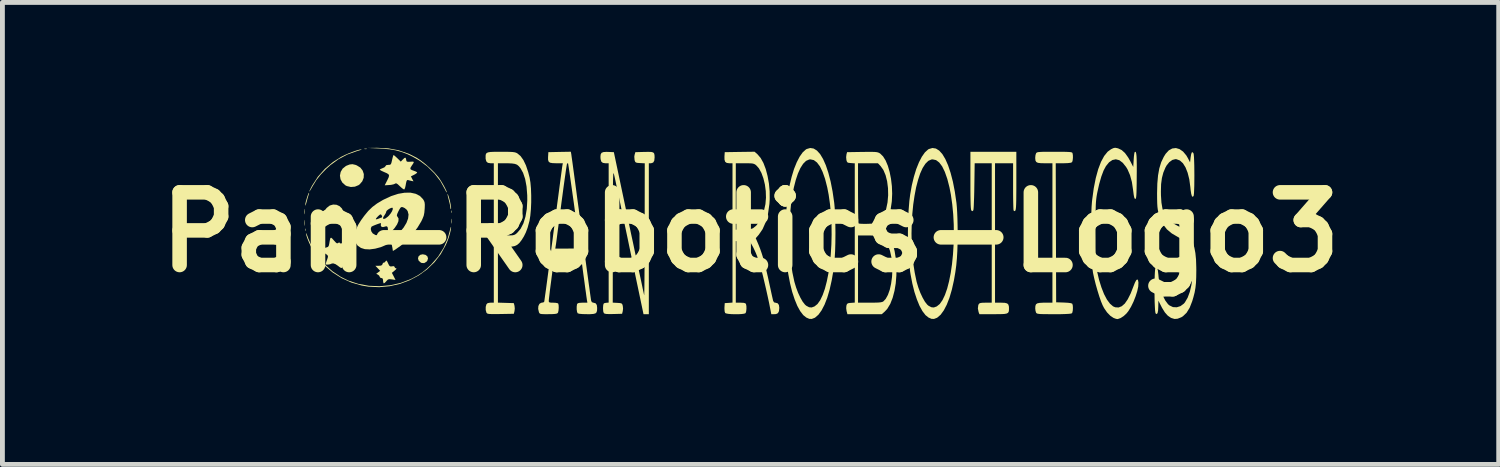
<source format=kicad_pcb>
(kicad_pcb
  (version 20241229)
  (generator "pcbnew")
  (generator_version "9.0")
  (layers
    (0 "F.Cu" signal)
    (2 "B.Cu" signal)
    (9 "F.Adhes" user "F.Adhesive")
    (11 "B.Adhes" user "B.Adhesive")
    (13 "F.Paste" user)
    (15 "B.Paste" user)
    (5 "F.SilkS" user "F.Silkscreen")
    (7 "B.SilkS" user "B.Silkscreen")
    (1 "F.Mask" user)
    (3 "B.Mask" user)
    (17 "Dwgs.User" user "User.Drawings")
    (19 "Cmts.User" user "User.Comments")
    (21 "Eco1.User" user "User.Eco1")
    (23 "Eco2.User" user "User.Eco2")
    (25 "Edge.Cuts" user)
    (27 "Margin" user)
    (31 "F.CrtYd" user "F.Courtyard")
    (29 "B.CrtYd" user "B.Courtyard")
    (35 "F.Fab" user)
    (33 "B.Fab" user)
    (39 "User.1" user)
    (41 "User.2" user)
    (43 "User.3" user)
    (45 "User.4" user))
  (footprint "Pan-Robotics-Logo3"
    (layer "F.Cu")
    (at 12.443 1.742)
    (property "Reference" "Pan-Robotics-Logo3" (at 0 0 0) (layer "F.SilkS") (effects (font (size 1.5 1.5) (thickness 0.3))))
    (attr board_only exclude_from_pos_files exclude_from_bom)
    (fp_poly (pts (xy -9.184 -0.072) (xy -9.181 -0.037) (xy -9.184 -0.03) (xy -9.19 -0.028) (xy -9.192 -0.051) (xy -9.189 -0.075)) (stroke (width 0) (type solid)) (fill yes) (layer "F.SilkS"))
    (fp_poly (pts (xy -6.169 -0.445) (xy -6.167 -0.41) (xy -6.169 -0.402) (xy -6.176 -0.4) (xy -6.178 -0.423) (xy -6.175 -0.447)) (stroke (width 0) (type solid)) (fill yes) (layer "F.SilkS"))
    (fp_poly (pts (xy -9.2 -0.47) (xy -9.197 -0.415) (xy -9.2 -0.377) (xy -9.203 -0.366) (xy -9.206 -0.385) (xy -9.207 -0.423) (xy -9.206 -0.465) (xy -9.203 -0.481)) (stroke (width 0) (type solid)) (fill yes) (layer "F.SilkS"))
    (fp_poly (pts (xy -7.92 -1.721) (xy -7.92 -1.716) (xy -7.946 -1.714) (xy -7.95 -1.714) (xy -7.976 -1.716) (xy -7.974 -1.721) (xy -7.971 -1.722) (xy -7.934 -1.724)) (stroke (width 0) (type solid)) (fill yes) (layer "F.SilkS"))
    (fp_poly (pts (xy -6.169 -0.266) (xy -6.166 -0.216) (xy -6.169 -0.182) (xy -6.173 -0.175) (xy -6.175 -0.197) (xy -6.176 -0.229) (xy -6.175 -0.267) (xy -6.172 -0.278)) (stroke (width 0) (type solid)) (fill yes) (layer "F.SilkS"))
    (fp_poly (pts (xy -9.2 -0.241) (xy -9.199 -0.241) (xy -9.197 -0.186) (xy -9.2 -0.139) (xy -9.203 -0.13) (xy -9.206 -0.15) (xy -9.206 -0.195) (xy -9.205 -0.238) (xy -9.203 -0.255)) (stroke (width 0) (type solid)) (fill yes) (layer "F.SilkS"))
    (fp_poly (pts (xy -6.709 0.469) (xy -6.671 0.5) (xy -6.658 0.542) (xy -6.672 0.589) (xy -6.689 0.61) (xy -6.737 0.639) (xy -6.79 0.636) (xy -6.811 0.625) (xy -6.852 0.587) (xy -6.865 0.542) (xy -6.853 0.499) (xy -6.818 0.468) (xy -6.767 0.457)) (stroke (width 0) (type solid)) (fill yes) (layer "F.SilkS"))
    (fp_poly (pts (xy -9.113 -0.8) (xy -9.118 -0.783) (xy -9.128 -0.753) (xy -9.144 -0.7) (xy -9.161 -0.637) (xy -9.161 -0.635) (xy -9.176 -0.583) (xy -9.188 -0.553) (xy -9.194 -0.549) (xy -9.194 -0.553) (xy -9.19 -0.585) (xy -9.179 -0.634) (xy -9.163 -0.691) (xy -9.146 -0.745) (xy -9.13 -0.789) (xy -9.118 -0.811) (xy -9.116 -0.813)) (stroke (width 0) (type solid)) (fill yes) (layer "F.SilkS"))
    (fp_poly (pts (xy -6.248 -0.78) (xy -6.233 -0.739) (xy -6.224 -0.709) (xy -6.205 -0.641) (xy -6.192 -0.576) (xy -6.183 -0.522) (xy -6.182 -0.485) (xy -6.187 -0.474) (xy -6.195 -0.489) (xy -6.198 -0.513) (xy -6.202 -0.548) (xy -6.214 -0.604) (xy -6.23 -0.668) (xy -6.23 -0.669) (xy -6.247 -0.734) (xy -6.255 -0.776) (xy -6.255 -0.792)) (stroke (width 0) (type solid)) (fill yes) (layer "F.SilkS"))
    (fp_poly (pts (xy -8.546 -0.565) (xy -8.483 -0.536) (xy -8.433 -0.486) (xy -8.404 -0.418) (xy -8.399 -0.369) (xy -8.414 -0.3) (xy -8.454 -0.245) (xy -8.513 -0.206) (xy -8.583 -0.188) (xy -8.658 -0.193) (xy -8.708 -0.213) (xy -8.765 -0.261) (xy -8.797 -0.324) (xy -8.801 -0.395) (xy -8.777 -0.464) (xy -8.75 -0.5) (xy -8.686 -0.55) (xy -8.615 -0.57)) (stroke (width 0) (type solid)) (fill yes) (layer "F.SilkS"))
    (fp_poly (pts (xy -8.156 -1.389) (xy -8.128 -1.378) (xy -8.055 -1.333) (xy -8.007 -1.271) (xy -7.983 -1.199) (xy -7.986 -1.122) (xy -8.015 -1.049) (xy -8.071 -0.985) (xy -8.092 -0.97) (xy -8.167 -0.939) (xy -8.251 -0.932) (xy -8.332 -0.951) (xy -8.36 -0.964) (xy -8.425 -1.021) (xy -8.464 -1.091) (xy -8.476 -1.167) (xy -8.461 -1.243) (xy -8.421 -1.311) (xy -8.355 -1.364) (xy -8.342 -1.371) (xy -8.275 -1.397) (xy -8.218 -1.403)) (stroke (width 0) (type solid)) (fill yes) (layer "F.SilkS"))
    (fp_poly (pts (xy -8.031 -1.704) (xy -8.058 -1.693) (xy -8.106 -1.678) (xy -8.118 -1.675) (xy -8.321 -1.603) (xy -8.504 -1.507) (xy -8.673 -1.383) (xy -8.76 -1.305) (xy -8.872 -1.189) (xy -8.962 -1.075) (xy -9.04 -0.949) (xy -9.053 -0.925) (xy -9.081 -0.876) (xy -9.101 -0.845) (xy -9.11 -0.836) (xy -9.11 -0.837) (xy -9.102 -0.858) (xy -9.082 -0.901) (xy -9.054 -0.955) (xy -9.049 -0.964) (xy -8.932 -1.144) (xy -8.787 -1.307) (xy -8.62 -1.448) (xy -8.45 -1.555) (xy -8.376 -1.592) (xy -8.293 -1.628) (xy -8.209 -1.66) (xy -8.132 -1.687) (xy -8.069 -1.704) (xy -8.032 -1.709)) (stroke (width 0) (type solid)) (fill yes) (layer "F.SilkS"))
    (fp_poly (pts (xy -7.48 -1.73) (xy -7.264 -1.69) (xy -7.058 -1.619) (xy -6.896 -1.538) (xy -6.806 -1.479) (xy -6.707 -1.401) (xy -6.607 -1.312) (xy -6.516 -1.221) (xy -6.442 -1.134) (xy -6.418 -1.101) (xy -6.38 -1.041) (xy -6.342 -0.977) (xy -6.309 -0.916) (xy -6.284 -0.864) (xy -6.27 -0.83) (xy -6.27 -0.819) (xy -6.28 -0.829) (xy -6.298 -0.861) (xy -6.309 -0.884) (xy -6.402 -1.052) (xy -6.524 -1.209) (xy -6.669 -1.353) (xy -6.834 -1.476) (xy -6.976 -1.558) (xy -7.099 -1.616) (xy -7.213 -1.658) (xy -7.327 -1.689) (xy -7.451 -1.71) (xy -7.595 -1.723) (xy -7.662 -1.727) (xy -7.899 -1.738) (xy -7.71 -1.741)) (stroke (width 0) (type solid)) (fill yes) (layer "F.SilkS"))
    (fp_poly (pts (xy -7.511 0.589) (xy -7.496 0.614) (xy -7.482 0.644) (xy -7.461 0.687) (xy -7.441 0.706) (xy -7.415 0.708) (xy -7.4 0.705) (xy -7.363 0.702) (xy -7.349 0.715) (xy -7.349 0.72) (xy -7.335 0.741) (xy -7.319 0.746) (xy -7.307 0.751) (xy -7.321 0.77) (xy -7.347 0.793) (xy -7.404 0.84) (xy -7.366 0.913) (xy -7.329 0.986) (xy -7.405 0.975) (xy -7.454 0.97) (xy -7.484 0.977) (xy -7.51 1.002) (xy -7.522 1.016) (xy -7.55 1.046) (xy -7.571 1.057) (xy -7.574 1.056) (xy -7.583 1.032) (xy -7.586 0.996) (xy -7.592 0.96) (xy -7.614 0.948) (xy -7.62 0.948) (xy -7.647 0.938) (xy -7.654 0.923) (xy -7.667 0.897) (xy -7.69 0.879) (xy -7.727 0.859) (xy -7.686 0.829) (xy -7.646 0.798) (xy -7.695 0.746) (xy -7.745 0.694) (xy -7.676 0.694) (xy -7.63 0.691) (xy -7.606 0.677) (xy -7.597 0.657) (xy -7.586 0.633) (xy -7.576 0.631) (xy -7.559 0.628) (xy -7.539 0.608) (xy -7.523 0.588)) (stroke (width 0) (type solid)) (fill yes) (layer "F.SilkS"))
    (fp_poly (pts (xy -6.182 -0.104) (xy -6.188 -0.047) (xy -6.206 0.031) (xy -6.233 0.121) (xy -6.268 0.213) (xy -6.292 0.268) (xy -6.396 0.455) (xy -6.526 0.623) (xy -6.679 0.77) (xy -6.85 0.894) (xy -7.038 0.994) (xy -7.239 1.069) (xy -7.449 1.116) (xy -7.666 1.136) (xy -7.887 1.125) (xy -8.026 1.102) (xy -8.241 1.04) (xy -8.443 0.949) (xy -8.628 0.831) (xy -8.795 0.689) (xy -8.938 0.524) (xy -8.989 0.452) (xy -9.031 0.381) (xy -9.074 0.3) (xy -9.113 0.215) (xy -9.146 0.136) (xy -9.168 0.07) (xy -9.178 0.025) (xy -9.178 0.022) (xy -9.173 0.023) (xy -9.159 0.05) (xy -9.14 0.1) (xy -9.129 0.131) (xy -9.045 0.322) (xy -8.932 0.501) (xy -8.793 0.664) (xy -8.632 0.806) (xy -8.454 0.925) (xy -8.299 1.001) (xy -8.094 1.068) (xy -7.878 1.107) (xy -7.658 1.116) (xy -7.437 1.096) (xy -7.224 1.048) (xy -7.022 0.972) (xy -6.989 0.956) (xy -6.872 0.893) (xy -6.774 0.828) (xy -6.681 0.753) (xy -6.594 0.67) (xy -6.45 0.505) (xy -6.336 0.323) (xy -6.251 0.128) (xy -6.209 -0.025) (xy -6.197 -0.077) (xy -6.187 -0.106) (xy -6.182 -0.108)) (stroke (width 0) (type solid)) (fill yes) (layer "F.SilkS"))
    (fp_poly (pts (xy 6.394 -1.659) (xy 6.485 -1.658) (xy 6.551 -1.656) (xy 6.596 -1.653) (xy 6.624 -1.648) (xy 6.639 -1.641) (xy 6.645 -1.633) (xy 6.653 -1.59) (xy 6.654 -1.536) (xy 6.649 -1.484) (xy 6.638 -1.448) (xy 6.634 -1.443) (xy 6.606 -1.432) (xy 6.547 -1.425) (xy 6.461 -1.422) (xy 6.457 -1.422) (xy 6.299 -1.422) (xy 6.303 0.013) (xy 6.308 1.448) (xy 6.468 1.453) (xy 6.554 1.458) (xy 6.612 1.466) (xy 6.64 1.477) (xy 6.641 1.478) (xy 6.651 1.512) (xy 6.654 1.563) (xy 6.651 1.617) (xy 6.642 1.659) (xy 6.634 1.673) (xy 6.615 1.681) (xy 6.571 1.686) (xy 6.501 1.69) (xy 6.402 1.693) (xy 6.271 1.693) (xy 6.263 1.693) (xy 6.145 1.693) (xy 6.056 1.692) (xy 5.992 1.691) (xy 5.949 1.687) (xy 5.921 1.682) (xy 5.905 1.675) (xy 5.896 1.665) (xy 5.893 1.661) (xy 5.881 1.62) (xy 5.876 1.575) (xy 5.879 1.524) (xy 5.891 1.49) (xy 5.918 1.47) (xy 5.966 1.46) (xy 6.04 1.456) (xy 6.071 1.456) (xy 6.231 1.456) (xy 6.231 0.017) (xy 6.231 -1.422) (xy 6.071 -1.422) (xy 5.987 -1.424) (xy 5.931 -1.431) (xy 5.898 -1.448) (xy 5.881 -1.477) (xy 5.876 -1.522) (xy 5.876 -1.541) (xy 5.881 -1.59) (xy 5.893 -1.627) (xy 5.901 -1.638) (xy 5.914 -1.646) (xy 5.936 -1.652) (xy 5.972 -1.655) (xy 6.027 -1.658) (xy 6.104 -1.659) (xy 6.208 -1.659) (xy 6.273 -1.659)) (stroke (width 0) (type solid)) (fill yes) (layer "F.SilkS"))
    (fp_poly (pts (xy -8.639 0.128) (xy -8.606 0.165) (xy -8.602 0.17) (xy -8.564 0.211) (xy -8.54 0.23) (xy -8.522 0.229) (xy -8.511 0.222) (xy -8.489 0.209) (xy -8.484 0.22) (xy -8.472 0.232) (xy -8.434 0.231) (xy -8.416 0.229) (xy -8.374 0.223) (xy -8.35 0.224) (xy -8.348 0.225) (xy -8.356 0.244) (xy -8.375 0.281) (xy -8.39 0.307) (xy -8.419 0.361) (xy -8.431 0.392) (xy -8.427 0.405) (xy -8.418 0.406) (xy -8.395 0.413) (xy -8.353 0.429) (xy -8.322 0.442) (xy -8.24 0.479) (xy -8.304 0.511) (xy -8.345 0.538) (xy -8.36 0.562) (xy -8.359 0.566) (xy -8.362 0.582) (xy -8.383 0.58) (xy -8.405 0.58) (xy -8.414 0.598) (xy -8.417 0.637) (xy -8.421 0.702) (xy -8.432 0.735) (xy -8.453 0.74) (xy -8.488 0.718) (xy -8.509 0.701) (xy -8.567 0.661) (xy -8.617 0.644) (xy -8.654 0.651) (xy -8.658 0.654) (xy -8.68 0.663) (xy -8.716 0.669) (xy -8.751 0.67) (xy -8.771 0.665) (xy -8.772 0.663) (xy -8.766 0.642) (xy -8.753 0.6) (xy -8.742 0.57) (xy -8.727 0.525) (xy -8.723 0.496) (xy -8.735 0.474) (xy -8.767 0.45) (xy -8.824 0.418) (xy -8.825 0.417) (xy -8.861 0.396) (xy -8.869 0.384) (xy -8.854 0.373) (xy -8.843 0.368) (xy -8.814 0.35) (xy -8.805 0.338) (xy -8.791 0.327) (xy -8.756 0.316) (xy -8.724 0.305) (xy -8.707 0.282) (xy -8.696 0.236) (xy -8.696 0.234) (xy -8.684 0.164) (xy -8.674 0.125) (xy -8.66 0.114)) (stroke (width 0) (type solid)) (fill yes) (layer "F.SilkS"))
    (fp_poly (pts (xy 5.486 -1.06) (xy 5.486 -0.897) (xy 5.485 -0.764) (xy 5.484 -0.659) (xy 5.482 -0.579) (xy 5.479 -0.52) (xy 5.475 -0.48) (xy 5.47 -0.455) (xy 5.464 -0.443) (xy 5.463 -0.442) (xy 5.441 -0.433) (xy 5.429 -0.45) (xy 5.426 -0.473) (xy 5.424 -0.526) (xy 5.422 -0.603) (xy 5.42 -0.701) (xy 5.419 -0.813) (xy 5.419 -0.937) (xy 5.419 -0.95) (xy 5.419 -1.422) (xy 5.232 -1.422) (xy 5.046 -1.422) (xy 5.046 0.017) (xy 5.046 1.456) (xy 5.173 1.456) (xy 5.248 1.459) (xy 5.296 1.471) (xy 5.322 1.496) (xy 5.333 1.538) (xy 5.334 1.575) (xy 5.333 1.616) (xy 5.327 1.646) (xy 5.312 1.667) (xy 5.283 1.681) (xy 5.236 1.689) (xy 5.167 1.692) (xy 5.069 1.693) (xy 5.011 1.693) (xy 4.724 1.693) (xy 4.707 1.65) (xy 4.692 1.576) (xy 4.7 1.509) (xy 4.708 1.489) (xy 4.722 1.472) (xy 4.747 1.462) (xy 4.79 1.457) (xy 4.852 1.456) (xy 4.978 1.456) (xy 4.978 0.017) (xy 4.978 -1.422) (xy 4.802 -1.422) (xy 4.626 -1.422) (xy 4.619 -0.953) (xy 4.617 -0.828) (xy 4.614 -0.714) (xy 4.61 -0.615) (xy 4.607 -0.536) (xy 4.603 -0.48) (xy 4.599 -0.453) (xy 4.599 -0.453) (xy 4.582 -0.433) (xy 4.562 -0.442) (xy 4.555 -0.453) (xy 4.55 -0.475) (xy 4.546 -0.513) (xy 4.543 -0.568) (xy 4.541 -0.645) (xy 4.539 -0.745) (xy 4.538 -0.873) (xy 4.538 -1.032) (xy 4.538 -1.06) (xy 4.538 -1.659) (xy 5.012 -1.659) (xy 5.486 -1.659)) (stroke (width 0) (type solid)) (fill yes) (layer "F.SilkS"))
    (fp_poly (pts (xy -7.352 -1.581) (xy -7.32 -1.553) (xy -7.289 -1.524) (xy -7.22 -1.456) (xy -7.18 -1.498) (xy -7.144 -1.532) (xy -7.123 -1.537) (xy -7.112 -1.514) (xy -7.109 -1.495) (xy -7.103 -1.467) (xy -7.089 -1.455) (xy -7.056 -1.452) (xy -7.021 -1.454) (xy -6.975 -1.456) (xy -6.953 -1.451) (xy -6.955 -1.432) (xy -6.979 -1.394) (xy -6.996 -1.369) (xy -7.021 -1.327) (xy -7.021 -1.301) (xy -6.993 -1.282) (xy -6.959 -1.27) (xy -6.914 -1.253) (xy -6.886 -1.238) (xy -6.882 -1.234) (xy -6.891 -1.219) (xy -6.922 -1.197) (xy -6.942 -1.186) (xy -7.011 -1.151) (xy -6.985 -1.1) (xy -6.958 -1.049) (xy -7.005 -1.059) (xy -7.047 -1.069) (xy -7.072 -1.076) (xy -7.089 -1.074) (xy -7.101 -1.055) (xy -7.112 -1.011) (xy -7.121 -0.959) (xy -7.132 -0.913) (xy -7.145 -0.885) (xy -7.152 -0.881) (xy -7.174 -0.892) (xy -7.21 -0.921) (xy -7.242 -0.951) (xy -7.284 -0.99) (xy -7.311 -1.007) (xy -7.33 -1.006) (xy -7.339 -1) (xy -7.37 -0.987) (xy -7.422 -0.976) (xy -7.459 -0.973) (xy -7.552 -0.967) (xy -7.499 -1.071) (xy -7.472 -1.128) (xy -7.462 -1.166) (xy -7.472 -1.193) (xy -7.507 -1.216) (xy -7.569 -1.243) (xy -7.58 -1.248) (xy -7.623 -1.268) (xy -7.65 -1.285) (xy -7.654 -1.29) (xy -7.639 -1.302) (xy -7.604 -1.318) (xy -7.595 -1.321) (xy -7.556 -1.339) (xy -7.536 -1.361) (xy -7.535 -1.364) (xy -7.52 -1.383) (xy -7.478 -1.389) (xy -7.447 -1.39) (xy -7.428 -1.4) (xy -7.415 -1.426) (xy -7.403 -1.476) (xy -7.4 -1.49) (xy -7.387 -1.543) (xy -7.376 -1.58) (xy -7.369 -1.592)) (stroke (width 0) (type solid)) (fill yes) (layer "F.SilkS"))
    (fp_poly (pts (xy -5.044 -1.659) (xy -4.966 -1.657) (xy -4.909 -1.654) (xy -4.869 -1.648) (xy -4.841 -1.64) (xy -4.817 -1.628) (xy -4.815 -1.627) (xy -4.748 -1.571) (xy -4.689 -1.488) (xy -4.636 -1.377) (xy -4.589 -1.235) (xy -4.561 -1.126) (xy -4.544 -1.025) (xy -4.533 -0.9) (xy -4.528 -0.76) (xy -4.528 -0.615) (xy -4.534 -0.473) (xy -4.546 -0.343) (xy -4.563 -0.236) (xy -4.569 -0.214) (xy -4.602 -0.092) (xy -4.638 0.005) (xy -4.68 0.09) (xy -4.725 0.162) (xy -4.771 0.222) (xy -4.818 0.263) (xy -4.872 0.288) (xy -4.942 0.301) (xy -5.037 0.305) (xy -5.05 0.305) (xy -5.215 0.305) (xy -5.215 0.88) (xy -5.215 1.455) (xy -5.051 1.46) (xy -4.887 1.465) (xy -4.873 1.52) (xy -4.867 1.577) (xy -4.873 1.63) (xy -4.887 1.685) (xy -5.161 1.69) (xy -5.263 1.691) (xy -5.337 1.691) (xy -5.387 1.689) (xy -5.418 1.685) (xy -5.437 1.678) (xy -5.448 1.668) (xy -5.452 1.661) (xy -5.467 1.607) (xy -5.467 1.543) (xy -5.452 1.489) (xy -5.427 1.465) (xy -5.381 1.457) (xy -5.367 1.456) (xy -5.3 1.456) (xy -5.3 0.017) (xy -5.3 -1.422) (xy -5.215 -1.422) (xy -5.215 -0.677) (xy -5.215 0.068) (xy -5.047 0.068) (xy -4.969 0.067) (xy -4.917 0.065) (xy -4.882 0.058) (xy -4.855 0.045) (xy -4.828 0.024) (xy -4.818 0.015) (xy -4.747 -0.069) (xy -4.689 -0.181) (xy -4.647 -0.318) (xy -4.619 -0.478) (xy -4.609 -0.657) (xy -4.61 -0.76) (xy -4.624 -0.942) (xy -4.653 -1.097) (xy -4.696 -1.225) (xy -4.75 -1.321) (xy -4.785 -1.363) (xy -4.82 -1.392) (xy -4.865 -1.409) (xy -4.925 -1.418) (xy -5.01 -1.422) (xy -5.042 -1.422) (xy -5.215 -1.422) (xy -5.3 -1.422) (xy -5.367 -1.422) (xy -5.423 -1.431) (xy -5.455 -1.461) (xy -5.469 -1.515) (xy -5.469 -1.541) (xy -5.469 -1.582) (xy -5.463 -1.613) (xy -5.447 -1.634) (xy -5.418 -1.647) (xy -5.37 -1.655) (xy -5.3 -1.658) (xy -5.202 -1.659) (xy -5.151 -1.659)) (stroke (width 0) (type solid)) (fill yes) (layer "F.SilkS"))
    (fp_poly (pts (xy 1.302 -1.726) (xy 1.37 -1.684) (xy 1.436 -1.611) (xy 1.497 -1.509) (xy 1.554 -1.38) (xy 1.606 -1.224) (xy 1.653 -1.043) (xy 1.693 -0.838) (xy 1.726 -0.611) (xy 1.729 -0.584) (xy 1.736 -0.506) (xy 1.742 -0.402) (xy 1.747 -0.278) (xy 1.75 -0.142) (xy 1.752 -0.001) (xy 1.752 0.025) (xy 1.75 0.221) (xy 1.745 0.391) (xy 1.736 0.543) (xy 1.723 0.685) (xy 1.704 0.825) (xy 1.679 0.971) (xy 1.674 0.998) (xy 1.632 1.186) (xy 1.583 1.353) (xy 1.527 1.497) (xy 1.466 1.614) (xy 1.401 1.704) (xy 1.333 1.763) (xy 1.32 1.77) (xy 1.264 1.791) (xy 1.213 1.79) (xy 1.153 1.764) (xy 1.152 1.764) (xy 1.088 1.713) (xy 1.025 1.631) (xy 0.965 1.522) (xy 0.91 1.388) (xy 0.859 1.233) (xy 0.816 1.06) (xy 0.78 0.872) (xy 0.771 0.817) (xy 0.75 0.638) (xy 0.735 0.435) (xy 0.727 0.216) (xy 0.725 0.027) (xy 0.799 0.027) (xy 0.803 0.234) (xy 0.815 0.439) (xy 0.835 0.64) (xy 0.864 0.834) (xy 0.903 1.018) (xy 0.906 1.03) (xy 0.94 1.143) (xy 0.981 1.252) (xy 1.028 1.352) (xy 1.076 1.436) (xy 1.123 1.496) (xy 1.15 1.519) (xy 1.208 1.55) (xy 1.26 1.555) (xy 1.318 1.534) (xy 1.32 1.533) (xy 1.381 1.484) (xy 1.438 1.404) (xy 1.489 1.297) (xy 1.535 1.166) (xy 1.574 1.015) (xy 1.608 0.845) (xy 1.635 0.661) (xy 1.655 0.465) (xy 1.668 0.261) (xy 1.673 0.052) (xy 1.671 -0.159) (xy 1.66 -0.369) (xy 1.64 -0.575) (xy 1.612 -0.773) (xy 1.583 -0.923) (xy 1.538 -1.099) (xy 1.487 -1.244) (xy 1.432 -1.357) (xy 1.371 -1.438) (xy 1.306 -1.487) (xy 1.237 -1.502) (xy 1.21 -1.5) (xy 1.145 -1.471) (xy 1.085 -1.411) (xy 1.029 -1.324) (xy 0.978 -1.211) (xy 0.933 -1.077) (xy 0.894 -0.924) (xy 0.862 -0.754) (xy 0.835 -0.572) (xy 0.816 -0.379) (xy 0.804 -0.178) (xy 0.799 0.027) (xy 0.725 0.027) (xy 0.725 -0.01) (xy 0.728 -0.234) (xy 0.739 -0.449) (xy 0.755 -0.645) (xy 0.771 -0.771) (xy 0.805 -0.964) (xy 0.848 -1.142) (xy 0.897 -1.303) (xy 0.953 -1.442) (xy 1.013 -1.558) (xy 1.076 -1.647) (xy 1.141 -1.706) (xy 1.158 -1.716) (xy 1.231 -1.737)) (stroke (width 0) (type solid)) (fill yes) (layer "F.SilkS"))
    (fp_poly (pts (xy 3.825 -1.726) (xy 3.893 -1.684) (xy 3.959 -1.611) (xy 4.02 -1.509) (xy 4.077 -1.38) (xy 4.129 -1.224) (xy 4.176 -1.043) (xy 4.216 -0.838) (xy 4.249 -0.611) (xy 4.252 -0.584) (xy 4.259 -0.506) (xy 4.265 -0.402) (xy 4.27 -0.278) (xy 4.273 -0.142) (xy 4.275 -0.001) (xy 4.275 0.025) (xy 4.273 0.221) (xy 4.268 0.391) (xy 4.259 0.543) (xy 4.246 0.685) (xy 4.227 0.825) (xy 4.202 0.971) (xy 4.197 0.998) (xy 4.155 1.186) (xy 4.106 1.353) (xy 4.05 1.497) (xy 3.989 1.614) (xy 3.924 1.704) (xy 3.856 1.763) (xy 3.843 1.77) (xy 3.787 1.791) (xy 3.736 1.79) (xy 3.676 1.764) (xy 3.675 1.764) (xy 3.611 1.713) (xy 3.548 1.631) (xy 3.488 1.522) (xy 3.433 1.388) (xy 3.382 1.233) (xy 3.339 1.06) (xy 3.303 0.872) (xy 3.294 0.817) (xy 3.273 0.638) (xy 3.258 0.435) (xy 3.25 0.216) (xy 3.248 0.027) (xy 3.322 0.027) (xy 3.326 0.234) (xy 3.338 0.439) (xy 3.358 0.64) (xy 3.388 0.834) (xy 3.426 1.018) (xy 3.429 1.03) (xy 3.463 1.143) (xy 3.504 1.252) (xy 3.551 1.352) (xy 3.599 1.436) (xy 3.646 1.496) (xy 3.673 1.519) (xy 3.732 1.55) (xy 3.783 1.555) (xy 3.841 1.534) (xy 3.843 1.533) (xy 3.904 1.484) (xy 3.961 1.404) (xy 4.012 1.297) (xy 4.058 1.166) (xy 4.097 1.015) (xy 4.131 0.845) (xy 4.158 0.661) (xy 4.178 0.465) (xy 4.191 0.261) (xy 4.196 0.052) (xy 4.194 -0.159) (xy 4.183 -0.369) (xy 4.163 -0.575) (xy 4.135 -0.773) (xy 4.106 -0.923) (xy 4.061 -1.099) (xy 4.01 -1.244) (xy 3.955 -1.357) (xy 3.894 -1.438) (xy 3.829 -1.487) (xy 3.76 -1.502) (xy 3.733 -1.5) (xy 3.668 -1.471) (xy 3.608 -1.411) (xy 3.552 -1.324) (xy 3.501 -1.211) (xy 3.457 -1.077) (xy 3.417 -0.924) (xy 3.385 -0.754) (xy 3.358 -0.572) (xy 3.339 -0.379) (xy 3.327 -0.178) (xy 3.322 0.027) (xy 3.248 0.027) (xy 3.248 -0.01) (xy 3.252 -0.234) (xy 3.262 -0.449) (xy 3.278 -0.645) (xy 3.294 -0.771) (xy 3.328 -0.964) (xy 3.371 -1.142) (xy 3.42 -1.303) (xy 3.476 -1.442) (xy 3.536 -1.558) (xy 3.599 -1.647) (xy 3.664 -1.706) (xy 3.681 -1.716) (xy 3.754 -1.737)) (stroke (width 0) (type solid)) (fill yes) (layer "F.SilkS"))
    (fp_poly (pts (xy -2.047 -1.655) (xy -2.01 -1.645) (xy -1.991 -1.625) (xy -1.983 -1.592) (xy -1.981 -1.542) (xy -1.981 -1.54) (xy -1.988 -1.475) (xy -2.01 -1.437) (xy -2.05 -1.423) (xy -2.061 -1.422) (xy -2.1 -1.422) (xy -2.1 0.135) (xy -2.1 1.693) (xy -2.155 1.693) (xy -2.21 1.693) (xy -2.497 0.326) (xy -2.541 0.112) (xy -2.585 -0.094) (xy -2.626 -0.29) (xy -2.665 -0.474) (xy -2.7 -0.642) (xy -2.732 -0.792) (xy -2.76 -0.922) (xy -2.782 -1.027) (xy -2.799 -1.106) (xy -2.81 -1.156) (xy -2.813 -1.168) (xy -2.818 -1.19) (xy -2.822 -1.207) (xy -2.826 -1.215) (xy -2.83 -1.213) (xy -2.833 -1.199) (xy -2.835 -1.172) (xy -2.837 -1.128) (xy -2.839 -1.067) (xy -2.84 -0.987) (xy -2.841 -0.884) (xy -2.842 -0.758) (xy -2.842 -0.607) (xy -2.843 -0.427) (xy -2.843 -0.219) (xy -2.843 0.021) (xy -2.843 0.08) (xy -2.845 1.455) (xy -2.748 1.46) (xy -2.694 1.464) (xy -2.663 1.472) (xy -2.648 1.489) (xy -2.638 1.52) (xy -2.632 1.577) (xy -2.638 1.63) (xy -2.652 1.685) (xy -2.831 1.69) (xy -2.916 1.691) (xy -2.973 1.689) (xy -3.009 1.683) (xy -3.028 1.672) (xy -3.029 1.67) (xy -3.041 1.637) (xy -3.045 1.583) (xy -3.045 1.555) (xy -3.041 1.503) (xy -3.032 1.475) (xy -3.014 1.464) (xy -2.985 1.459) (xy -2.929 1.454) (xy -2.929 0.016) (xy -2.929 -1.422) (xy -2.997 -1.422) (xy -3.049 -1.43) (xy -3.081 -1.456) (xy -3.096 -1.507) (xy -3.099 -1.555) (xy -3.094 -1.605) (xy -3.076 -1.637) (xy -3.038 -1.653) (xy -2.976 -1.657) (xy -2.936 -1.656) (xy -2.822 -1.651) (xy -2.513 -0.186) (xy -2.467 0.032) (xy -2.422 0.24) (xy -2.381 0.437) (xy -2.342 0.62) (xy -2.307 0.787) (xy -2.275 0.934) (xy -2.248 1.06) (xy -2.227 1.163) (xy -2.21 1.239) (xy -2.2 1.287) (xy -2.196 1.304) (xy -2.195 1.291) (xy -2.194 1.247) (xy -2.192 1.174) (xy -2.191 1.075) (xy -2.19 0.952) (xy -2.189 0.807) (xy -2.188 0.642) (xy -2.188 0.462) (xy -2.187 0.266) (xy -2.187 0.06) (xy -2.186 -0.046) (xy -2.184 -1.421) (xy -2.281 -1.426) (xy -2.336 -1.43) (xy -2.367 -1.438) (xy -2.383 -1.455) (xy -2.394 -1.486) (xy -2.4 -1.559) (xy -2.394 -1.596) (xy -2.378 -1.651) (xy -2.194 -1.656) (xy -2.106 -1.657)) (stroke (width 0) (type solid)) (fill yes) (layer "F.SilkS"))
    (fp_poly (pts (xy 0.144 -1.606) (xy 0.208 -1.531) (xy 0.265 -1.429) (xy 0.313 -1.303) (xy 0.351 -1.159) (xy 0.379 -1.004) (xy 0.394 -0.841) (xy 0.395 -0.677) (xy 0.389 -0.584) (xy 0.361 -0.385) (xy 0.314 -0.21) (xy 0.249 -0.063) (xy 0.167 0.057) (xy 0.165 0.058) (xy 0.107 0.125) (xy 0.164 0.259) (xy 0.197 0.342) (xy 0.228 0.431) (xy 0.259 0.529) (xy 0.29 0.643) (xy 0.323 0.777) (xy 0.36 0.937) (xy 0.381 1.033) (xy 0.404 1.139) (xy 0.425 1.236) (xy 0.443 1.318) (xy 0.457 1.379) (xy 0.465 1.414) (xy 0.466 1.418) (xy 0.486 1.45) (xy 0.513 1.456) (xy 0.559 1.468) (xy 0.585 1.503) (xy 0.593 1.562) (xy 0.586 1.631) (xy 0.565 1.672) (xy 0.526 1.691) (xy 0.493 1.693) (xy 0.428 1.693) (xy 0.407 1.587) (xy 0.382 1.46) (xy 0.352 1.321) (xy 0.32 1.177) (xy 0.287 1.035) (xy 0.255 0.9) (xy 0.224 0.78) (xy 0.197 0.68) (xy 0.176 0.61) (xy 0.145 0.521) (xy 0.108 0.429) (xy 0.071 0.348) (xy 0.054 0.313) (xy -0.011 0.195) (xy -0.158 0.19) (xy -0.305 0.185) (xy -0.305 0.821) (xy -0.305 1.456) (xy -0.205 1.456) (xy -0.144 1.459) (xy -0.109 1.468) (xy -0.095 1.483) (xy -0.086 1.526) (xy -0.085 1.58) (xy -0.09 1.632) (xy -0.101 1.668) (xy -0.105 1.673) (xy -0.132 1.683) (xy -0.184 1.69) (xy -0.252 1.694) (xy -0.327 1.694) (xy -0.4 1.692) (xy -0.464 1.686) (xy -0.508 1.677) (xy -0.524 1.669) (xy -0.535 1.638) (xy -0.539 1.585) (xy -0.539 1.555) (xy -0.533 1.465) (xy -0.453 1.46) (xy -0.373 1.454) (xy -0.373 0.016) (xy -0.373 -1.422) (xy -0.305 -1.422) (xy -0.305 -0.737) (xy -0.305 -0.051) (xy -0.156 -0.051) (xy -0.07 -0.053) (xy -0.009 -0.061) (xy 0.038 -0.076) (xy 0.051 -0.082) (xy 0.117 -0.135) (xy 0.179 -0.216) (xy 0.233 -0.32) (xy 0.276 -0.441) (xy 0.306 -0.574) (xy 0.307 -0.58) (xy 0.318 -0.711) (xy 0.314 -0.847) (xy 0.296 -0.983) (xy 0.265 -1.11) (xy 0.224 -1.223) (xy 0.173 -1.316) (xy 0.118 -1.378) (xy 0.093 -1.398) (xy 0.067 -1.41) (xy 0.034 -1.418) (xy -0.015 -1.421) (xy -0.087 -1.422) (xy -0.12 -1.422) (xy -0.305 -1.422) (xy -0.373 -1.422) (xy -0.438 -1.422) (xy -0.492 -1.429) (xy -0.524 -1.452) (xy -0.538 -1.496) (xy -0.539 -1.561) (xy -0.533 -1.651) (xy -0.225 -1.656) (xy 0.083 -1.66)) (stroke (width 0) (type solid)) (fill yes) (layer "F.SilkS"))
    (fp_poly (pts (xy 2.557 -1.656) (xy 2.599 -1.652) (xy 2.628 -1.646) (xy 2.651 -1.637) (xy 2.673 -1.624) (xy 2.677 -1.621) (xy 2.735 -1.564) (xy 2.788 -1.479) (xy 2.834 -1.369) (xy 2.871 -1.241) (xy 2.899 -1.1) (xy 2.917 -0.949) (xy 2.923 -0.795) (xy 2.916 -0.642) (xy 2.913 -0.616) (xy 2.889 -0.457) (xy 2.854 -0.312) (xy 2.81 -0.187) (xy 2.792 -0.148) (xy 2.76 -0.085) (xy 2.822 0.001) (xy 2.886 0.112) (xy 2.937 0.244) (xy 2.974 0.393) (xy 2.999 0.554) (xy 3.011 0.721) (xy 3.01 0.889) (xy 2.997 1.055) (xy 2.971 1.211) (xy 2.933 1.355) (xy 2.884 1.48) (xy 2.822 1.583) (xy 2.769 1.64) (xy 2.708 1.693) (xy 2.354 1.693) (xy 1.999 1.693) (xy 1.982 1.63) (xy 1.974 1.571) (xy 1.978 1.517) (xy 1.979 1.515) (xy 1.99 1.484) (xy 2.011 1.468) (xy 2.051 1.461) (xy 2.071 1.46) (xy 2.151 1.454) (xy 2.151 0.068) (xy 2.218 0.068) (xy 2.218 0.762) (xy 2.218 1.456) (xy 2.46 1.456) (xy 2.562 1.455) (xy 2.636 1.453) (xy 2.686 1.448) (xy 2.72 1.44) (xy 2.74 1.43) (xy 2.79 1.377) (xy 2.835 1.295) (xy 2.873 1.189) (xy 2.901 1.063) (xy 2.92 0.924) (xy 2.924 0.855) (xy 2.925 0.684) (xy 2.909 0.526) (xy 2.878 0.386) (xy 2.834 0.269) (xy 2.777 0.178) (xy 2.763 0.163) (xy 2.722 0.124) (xy 2.676 0.098) (xy 2.619 0.08) (xy 2.544 0.071) (xy 2.444 0.068) (xy 2.414 0.068) (xy 2.218 0.068) (xy 2.151 0.068) (xy 2.151 0.017) (xy 2.151 -1.421) (xy 2.122 -1.422) (xy 2.218 -1.422) (xy 2.218 -0.807) (xy 2.219 -0.666) (xy 2.22 -0.535) (xy 2.221 -0.42) (xy 2.223 -0.322) (xy 2.225 -0.247) (xy 2.228 -0.198) (xy 2.231 -0.179) (xy 2.252 -0.175) (xy 2.3 -0.172) (xy 2.365 -0.171) (xy 2.421 -0.172) (xy 2.507 -0.176) (xy 2.566 -0.182) (xy 2.606 -0.191) (xy 2.635 -0.206) (xy 2.644 -0.212) (xy 2.711 -0.279) (xy 2.763 -0.373) (xy 2.797 -0.47) (xy 2.827 -0.613) (xy 2.84 -0.761) (xy 2.837 -0.908) (xy 2.819 -1.049) (xy 2.787 -1.176) (xy 2.741 -1.284) (xy 2.685 -1.363) (xy 2.629 -1.422) (xy 2.424 -1.422) (xy 2.218 -1.422) (xy 2.122 -1.422) (xy 2.071 -1.426) (xy 2.022 -1.431) (xy 1.997 -1.442) (xy 1.984 -1.467) (xy 1.978 -1.492) (xy 1.973 -1.548) (xy 1.979 -1.6) (xy 1.979 -1.602) (xy 1.992 -1.651) (xy 2.305 -1.656) (xy 2.416 -1.657) (xy 2.498 -1.657)) (stroke (width 0) (type solid)) (fill yes) (layer "F.SilkS"))
    (fp_poly (pts (xy 7.564 -1.735) (xy 7.588 -1.729) (xy 7.661 -1.694) (xy 7.728 -1.634) (xy 7.793 -1.544) (xy 7.837 -1.467) (xy 7.899 -1.346) (xy 7.908 -1.493) (xy 7.913 -1.561) (xy 7.92 -1.616) (xy 7.927 -1.648) (xy 7.93 -1.653) (xy 7.943 -1.66) (xy 7.953 -1.65) (xy 7.961 -1.62) (xy 7.967 -1.568) (xy 7.97 -1.492) (xy 7.972 -1.389) (xy 7.972 -1.256) (xy 7.971 -1.151) (xy 7.97 -1.012) (xy 7.968 -0.903) (xy 7.966 -0.82) (xy 7.963 -0.761) (xy 7.959 -0.722) (xy 7.954 -0.698) (xy 7.947 -0.688) (xy 7.942 -0.686) (xy 7.929 -0.693) (xy 7.919 -0.719) (xy 7.909 -0.769) (xy 7.899 -0.846) (xy 7.896 -0.869) (xy 7.871 -1.036) (xy 7.833 -1.176) (xy 7.782 -1.294) (xy 7.751 -1.346) (xy 7.682 -1.432) (xy 7.612 -1.485) (xy 7.54 -1.504) (xy 7.469 -1.489) (xy 7.4 -1.442) (xy 7.335 -1.362) (xy 7.286 -1.27) (xy 7.24 -1.147) (xy 7.196 -0.992) (xy 7.159 -0.827) (xy 7.149 -0.776) (xy 7.141 -0.728) (xy 7.135 -0.68) (xy 7.13 -0.627) (xy 7.126 -0.565) (xy 7.124 -0.49) (xy 7.122 -0.398) (xy 7.121 -0.284) (xy 7.121 -0.144) (xy 7.12 0.008) (xy 7.121 0.18) (xy 7.121 0.321) (xy 7.123 0.437) (xy 7.125 0.53) (xy 7.128 0.606) (xy 7.132 0.667) (xy 7.137 0.719) (xy 7.144 0.765) (xy 7.151 0.802) (xy 7.193 0.983) (xy 7.243 1.143) (xy 7.297 1.28) (xy 7.356 1.392) (xy 7.419 1.477) (xy 7.483 1.532) (xy 7.528 1.551) (xy 7.597 1.555) (xy 7.662 1.529) (xy 7.725 1.474) (xy 7.785 1.387) (xy 7.845 1.268) (xy 7.9 1.128) (xy 7.933 1.044) (xy 7.96 0.993) (xy 7.981 0.975) (xy 7.997 0.99) (xy 8.006 1.038) (xy 8.006 1.048) (xy 8.002 1.125) (xy 7.981 1.221) (xy 7.947 1.327) (xy 7.904 1.436) (xy 7.854 1.539) (xy 7.801 1.626) (xy 7.762 1.676) (xy 7.702 1.732) (xy 7.639 1.773) (xy 7.582 1.793) (xy 7.566 1.794) (xy 7.536 1.787) (xy 7.494 1.771) (xy 7.493 1.771) (xy 7.426 1.726) (xy 7.358 1.656) (xy 7.297 1.567) (xy 7.266 1.507) (xy 7.233 1.427) (xy 7.197 1.323) (xy 7.16 1.203) (xy 7.124 1.076) (xy 7.093 0.951) (xy 7.068 0.837) (xy 7.068 0.836) (xy 7.058 0.761) (xy 7.049 0.657) (xy 7.041 0.531) (xy 7.036 0.388) (xy 7.031 0.234) (xy 7.029 0.073) (xy 7.029 -0.088) (xy 7.03 -0.245) (xy 7.034 -0.39) (xy 7.039 -0.519) (xy 7.047 -0.627) (xy 7.051 -0.664) (xy 7.084 -0.906) (xy 7.126 -1.118) (xy 7.176 -1.3) (xy 7.234 -1.452) (xy 7.299 -1.572) (xy 7.371 -1.661) (xy 7.44 -1.711) (xy 7.488 -1.734) (xy 7.524 -1.742)) (stroke (width 0) (type solid)) (fill yes) (layer "F.SilkS"))
    (fp_poly (pts (xy 8.855 -1.714) (xy 8.928 -1.663) (xy 8.995 -1.583) (xy 9.028 -1.526) (xy 9.072 -1.441) (xy 9.083 -1.541) (xy 9.095 -1.611) (xy 9.109 -1.647) (xy 9.127 -1.649) (xy 9.143 -1.627) (xy 9.148 -1.601) (xy 9.153 -1.546) (xy 9.156 -1.47) (xy 9.159 -1.377) (xy 9.16 -1.274) (xy 9.161 -1.166) (xy 9.16 -1.059) (xy 9.159 -0.959) (xy 9.156 -0.872) (xy 9.153 -0.803) (xy 9.148 -0.759) (xy 9.144 -0.745) (xy 9.126 -0.729) (xy 9.11 -0.743) (xy 9.096 -0.789) (xy 9.084 -0.867) (xy 9.077 -0.935) (xy 9.056 -1.091) (xy 9.022 -1.226) (xy 8.978 -1.337) (xy 8.925 -1.422) (xy 8.862 -1.479) (xy 8.793 -1.505) (xy 8.77 -1.507) (xy 8.707 -1.491) (xy 8.644 -1.446) (xy 8.588 -1.377) (xy 8.564 -1.334) (xy 8.52 -1.229) (xy 8.491 -1.118) (xy 8.474 -0.991) (xy 8.47 -0.843) (xy 8.471 -0.762) (xy 8.481 -0.61) (xy 8.502 -0.486) (xy 8.536 -0.385) (xy 8.586 -0.302) (xy 8.655 -0.232) (xy 8.744 -0.17) (xy 8.793 -0.143) (xy 8.892 -0.088) (xy 8.966 -0.038) (xy 9.021 0.013) (xy 9.063 0.07) (xy 9.092 0.124) (xy 9.132 0.22) (xy 9.161 0.321) (xy 9.182 0.433) (xy 9.195 0.564) (xy 9.2 0.719) (xy 9.201 0.787) (xy 9.199 0.93) (xy 9.194 1.048) (xy 9.183 1.15) (xy 9.166 1.246) (xy 9.141 1.343) (xy 9.117 1.424) (xy 9.064 1.56) (xy 9 1.664) (xy 8.925 1.736) (xy 8.891 1.757) (xy 8.815 1.787) (xy 8.751 1.792) (xy 8.685 1.772) (xy 8.673 1.766) (xy 8.612 1.724) (xy 8.553 1.658) (xy 8.494 1.563) (xy 8.472 1.52) (xy 8.418 1.414) (xy 8.416 1.532) (xy 8.412 1.618) (xy 8.401 1.671) (xy 8.383 1.691) (xy 8.362 1.68) (xy 8.355 1.656) (xy 8.349 1.605) (xy 8.345 1.53) (xy 8.341 1.438) (xy 8.339 1.335) (xy 8.338 1.224) (xy 8.338 1.113) (xy 8.34 1.006) (xy 8.342 0.909) (xy 8.346 0.827) (xy 8.351 0.767) (xy 8.357 0.732) (xy 8.359 0.727) (xy 8.379 0.72) (xy 8.395 0.742) (xy 8.408 0.794) (xy 8.418 0.879) (xy 8.422 0.925) (xy 8.439 1.063) (xy 8.469 1.194) (xy 8.51 1.312) (xy 8.561 1.412) (xy 8.617 1.487) (xy 8.646 1.512) (xy 8.719 1.547) (xy 8.797 1.551) (xy 8.874 1.527) (xy 8.943 1.476) (xy 8.965 1.45) (xy 9.022 1.353) (xy 9.067 1.231) (xy 9.1 1.091) (xy 9.12 0.939) (xy 9.126 0.783) (xy 9.119 0.628) (xy 9.097 0.483) (xy 9.06 0.353) (xy 9.044 0.314) (xy 9.001 0.238) (xy 8.94 0.175) (xy 8.856 0.119) (xy 8.822 0.101) (xy 8.694 0.026) (xy 8.594 -0.058) (xy 8.518 -0.155) (xy 8.46 -0.272) (xy 8.43 -0.364) (xy 8.415 -0.419) (xy 8.405 -0.47) (xy 8.398 -0.527) (xy 8.394 -0.595) (xy 8.392 -0.682) (xy 8.391 -0.795) (xy 8.391 -0.804) (xy 8.396 -1.002) (xy 8.411 -1.171) (xy 8.437 -1.316) (xy 8.476 -1.443) (xy 8.529 -1.554) (xy 8.568 -1.617) (xy 8.633 -1.688) (xy 8.704 -1.727) (xy 8.78 -1.736)) (stroke (width 0) (type solid)) (fill yes) (layer "F.SilkS"))
    (fp_poly (pts (xy -6.913 -0.792) (xy -6.825 -0.747) (xy -6.759 -0.678) (xy -6.759 -0.677) (xy -6.739 -0.643) (xy -6.728 -0.609) (xy -6.724 -0.565) (xy -6.726 -0.5) (xy -6.727 -0.483) (xy -6.734 -0.402) (xy -6.747 -0.337) (xy -6.773 -0.273) (xy -6.795 -0.226) (xy -6.874 -0.095) (xy -6.975 0.038) (xy -7.091 0.164) (xy -7.213 0.274) (xy -7.33 0.357) (xy -7.383 0.389) (xy -7.393 0.324) (xy -7.405 0.265) (xy -7.421 0.236) (xy -7.449 0.232) (xy -7.496 0.251) (xy -7.512 0.259) (xy -7.63 0.309) (xy -7.749 0.341) (xy -7.862 0.356) (xy -7.962 0.351) (xy -8.042 0.326) (xy -8.109 0.28) (xy -8.15 0.222) (xy -8.168 0.144) (xy -8.17 0.096) (xy -8.162 0.015) (xy -8.14 -0.066) (xy -8.139 -0.067) (xy -7.84 -0.067) (xy -7.828 -0.016) (xy -7.799 0.026) (xy -7.742 0.06) (xy -7.669 0.066) (xy -7.665 0.065) (xy -7.458 0.065) (xy -7.452 0.099) (xy -7.449 0.107) (xy -7.432 0.17) (xy -7.386 0.138) (xy -7.353 0.11) (xy -7.305 0.066) (xy -7.254 0.014) (xy -7.245 0.005) (xy -7.162 -0.094) (xy -7.103 -0.191) (xy -7.069 -0.282) (xy -7.06 -0.364) (xy -7.078 -0.434) (xy -7.099 -0.464) (xy -7.139 -0.497) (xy -7.18 -0.516) (xy -7.205 -0.518) (xy -7.225 -0.506) (xy -7.246 -0.474) (xy -7.268 -0.433) (xy -7.292 -0.381) (xy -7.301 -0.349) (xy -7.297 -0.329) (xy -7.289 -0.321) (xy -7.266 -0.281) (xy -7.269 -0.226) (xy -7.297 -0.159) (xy -7.348 -0.084) (xy -7.393 -0.034) (xy -7.433 0.009) (xy -7.453 0.039) (xy -7.458 0.065) (xy -7.665 0.065) (xy -7.583 0.045) (xy -7.556 0.034) (xy -7.51 0.009) (xy -7.488 -0.017) (xy -7.485 -0.04) (xy -7.489 -0.095) (xy -7.505 -0.12) (xy -7.535 -0.119) (xy -7.544 -0.115) (xy -7.59 -0.104) (xy -7.622 -0.114) (xy -7.634 -0.142) (xy -7.632 -0.153) (xy -7.628 -0.18) (xy -7.632 -0.186) (xy -7.66 -0.18) (xy -7.704 -0.165) (xy -7.754 -0.146) (xy -7.799 -0.127) (xy -7.825 -0.112) (xy -7.827 -0.11) (xy -7.84 -0.067) (xy -8.139 -0.067) (xy -8.099 -0.153) (xy -8.037 -0.251) (xy -8.024 -0.268) (xy -7.736 -0.268) (xy -7.718 -0.265) (xy -7.677 -0.279) (xy -7.673 -0.281) (xy -7.586 -0.281) (xy -7.57 -0.272) (xy -7.537 -0.283) (xy -7.492 -0.316) (xy -7.47 -0.336) (xy -7.431 -0.383) (xy -7.401 -0.431) (xy -7.385 -0.474) (xy -7.387 -0.5) (xy -7.388 -0.502) (xy -7.41 -0.503) (xy -7.445 -0.489) (xy -7.483 -0.466) (xy -7.511 -0.442) (xy -7.519 -0.427) (xy -7.529 -0.394) (xy -7.552 -0.356) (xy -7.582 -0.309) (xy -7.586 -0.281) (xy -7.673 -0.281) (xy -7.637 -0.295) (xy -7.612 -0.304) (xy -7.609 -0.305) (xy -7.604 -0.317) (xy -7.614 -0.346) (xy -7.619 -0.355) (xy -7.634 -0.368) (xy -7.654 -0.36) (xy -7.687 -0.331) (xy -7.725 -0.29) (xy -7.736 -0.268) (xy -8.024 -0.268) (xy -7.975 -0.336) (xy -7.892 -0.437) (xy -7.806 -0.52) (xy -7.71 -0.592) (xy -7.591 -0.663) (xy -7.569 -0.674) (xy -7.419 -0.744) (xy -7.275 -0.791) (xy -7.141 -0.814) (xy -7.019 -0.815)) (stroke (width 0) (type solid)) (fill yes) (layer "F.SilkS"))
    (fp_poly (pts (xy -3.7 -1.605) (xy -3.697 -1.58) (xy -3.689 -1.524) (xy -3.677 -1.44) (xy -3.662 -1.329) (xy -3.644 -1.196) (xy -3.623 -1.041) (xy -3.6 -0.868) (xy -3.575 -0.679) (xy -3.547 -0.477) (xy -3.519 -0.264) (xy -3.496 -0.093) (xy -3.467 0.126) (xy -3.439 0.336) (xy -3.412 0.535) (xy -3.387 0.72) (xy -3.364 0.888) (xy -3.344 1.037) (xy -3.326 1.165) (xy -3.312 1.269) (xy -3.301 1.346) (xy -3.294 1.394) (xy -3.292 1.41) (xy -3.276 1.446) (xy -3.245 1.456) (xy -3.199 1.468) (xy -3.174 1.504) (xy -3.167 1.562) (xy -3.169 1.617) (xy -3.179 1.654) (xy -3.202 1.677) (xy -3.244 1.688) (xy -3.311 1.693) (xy -3.375 1.693) (xy -3.469 1.691) (xy -3.534 1.685) (xy -3.568 1.675) (xy -3.57 1.673) (xy -3.582 1.644) (xy -3.589 1.594) (xy -3.589 1.539) (xy -3.583 1.492) (xy -3.58 1.483) (xy -3.564 1.467) (xy -3.528 1.459) (xy -3.469 1.456) (xy -3.368 1.456) (xy -3.378 1.401) (xy -3.382 1.372) (xy -3.39 1.317) (xy -3.4 1.241) (xy -3.413 1.151) (xy -3.426 1.052) (xy -3.44 0.949) (xy -3.454 0.849) (xy -3.466 0.758) (xy -3.476 0.68) (xy -3.484 0.622) (xy -3.488 0.588) (xy -3.488 0.583) (xy -3.504 0.581) (xy -3.549 0.579) (xy -3.616 0.577) (xy -3.701 0.576) (xy -3.776 0.576) (xy -3.887 0.576) (xy -3.968 0.578) (xy -4.022 0.582) (xy -4.053 0.588) (xy -4.064 0.595) (xy -4.064 0.597) (xy -4.066 0.619) (xy -4.072 0.67) (xy -4.082 0.744) (xy -4.094 0.837) (xy -4.108 0.942) (xy -4.115 0.999) (xy -4.13 1.11) (xy -4.143 1.213) (xy -4.153 1.3) (xy -4.161 1.367) (xy -4.165 1.409) (xy -4.166 1.418) (xy -4.163 1.44) (xy -4.148 1.451) (xy -4.114 1.456) (xy -4.073 1.456) (xy -4.02 1.459) (xy -3.982 1.467) (xy -3.97 1.474) (xy -3.962 1.508) (xy -3.96 1.559) (xy -3.964 1.614) (xy -3.973 1.656) (xy -3.98 1.669) (xy -3.999 1.681) (xy -4.036 1.688) (xy -4.097 1.692) (xy -4.177 1.693) (xy -4.255 1.693) (xy -4.307 1.691) (xy -4.338 1.686) (xy -4.355 1.676) (xy -4.365 1.661) (xy -4.369 1.65) (xy -4.384 1.584) (xy -4.38 1.525) (xy -4.358 1.48) (xy -4.323 1.458) (xy -4.309 1.456) (xy -4.274 1.449) (xy -4.259 1.435) (xy -4.256 1.415) (xy -4.249 1.365) (xy -4.238 1.285) (xy -4.223 1.18) (xy -4.206 1.052) (xy -4.186 0.902) (xy -4.164 0.734) (xy -4.139 0.55) (xy -4.113 0.353) (xy -4.112 0.339) (xy -4.031 0.339) (xy -3.776 0.339) (xy -3.688 0.338) (xy -3.613 0.338) (xy -3.557 0.337) (xy -3.526 0.335) (xy -3.522 0.334) (xy -3.525 0.311) (xy -3.531 0.259) (xy -3.541 0.181) (xy -3.554 0.082) (xy -3.57 -0.035) (xy -3.588 -0.165) (xy -3.607 -0.305) (xy -3.628 -0.452) (xy -3.648 -0.6) (xy -3.669 -0.747) (xy -3.689 -0.889) (xy -3.708 -1.022) (xy -3.725 -1.142) (xy -3.74 -1.245) (xy -3.752 -1.327) (xy -3.761 -1.385) (xy -3.766 -1.415) (xy -3.767 -1.419) (xy -3.785 -1.419) (xy -3.788 -1.417) (xy -3.792 -1.398) (xy -3.8 -1.349) (xy -3.812 -1.273) (xy -3.826 -1.174) (xy -3.843 -1.054) (xy -3.862 -0.917) (xy -3.882 -0.766) (xy -3.904 -0.605) (xy -3.905 -0.597) (xy -3.926 -0.433) (xy -3.947 -0.278) (xy -3.966 -0.134) (xy -3.983 -0.007) (xy -3.997 0.102) (xy -4.008 0.187) (xy -4.016 0.246) (xy -4.021 0.275) (xy -4.031 0.339) (xy -4.112 0.339) (xy -4.086 0.146) (xy -4.073 0.042) (xy -4.045 -0.17) (xy -4.018 -0.374) (xy -3.993 -0.566) (xy -3.969 -0.744) (xy -3.948 -0.905) (xy -3.929 -1.047) (xy -3.913 -1.167) (xy -3.9 -1.262) (xy -3.891 -1.331) (xy -3.885 -1.369) (xy -3.884 -1.376) (xy -3.875 -1.422) (xy -4.01 -1.422) (xy -4.089 -1.425) (xy -4.14 -1.434) (xy -4.168 -1.456) (xy -4.18 -1.494) (xy -4.18 -1.553) (xy -4.179 -1.561) (xy -4.174 -1.651) (xy -3.942 -1.656) (xy -3.71 -1.66)) (stroke (width 0) (type solid)) (fill yes) (layer "F.SilkS")))
  (gr_rect
    (start -3 -3)
    (end 27.886 6.536)
    (stroke (width 0.1) (type default))
    (fill no)
    (layer "Edge.Cuts")))
</source>
